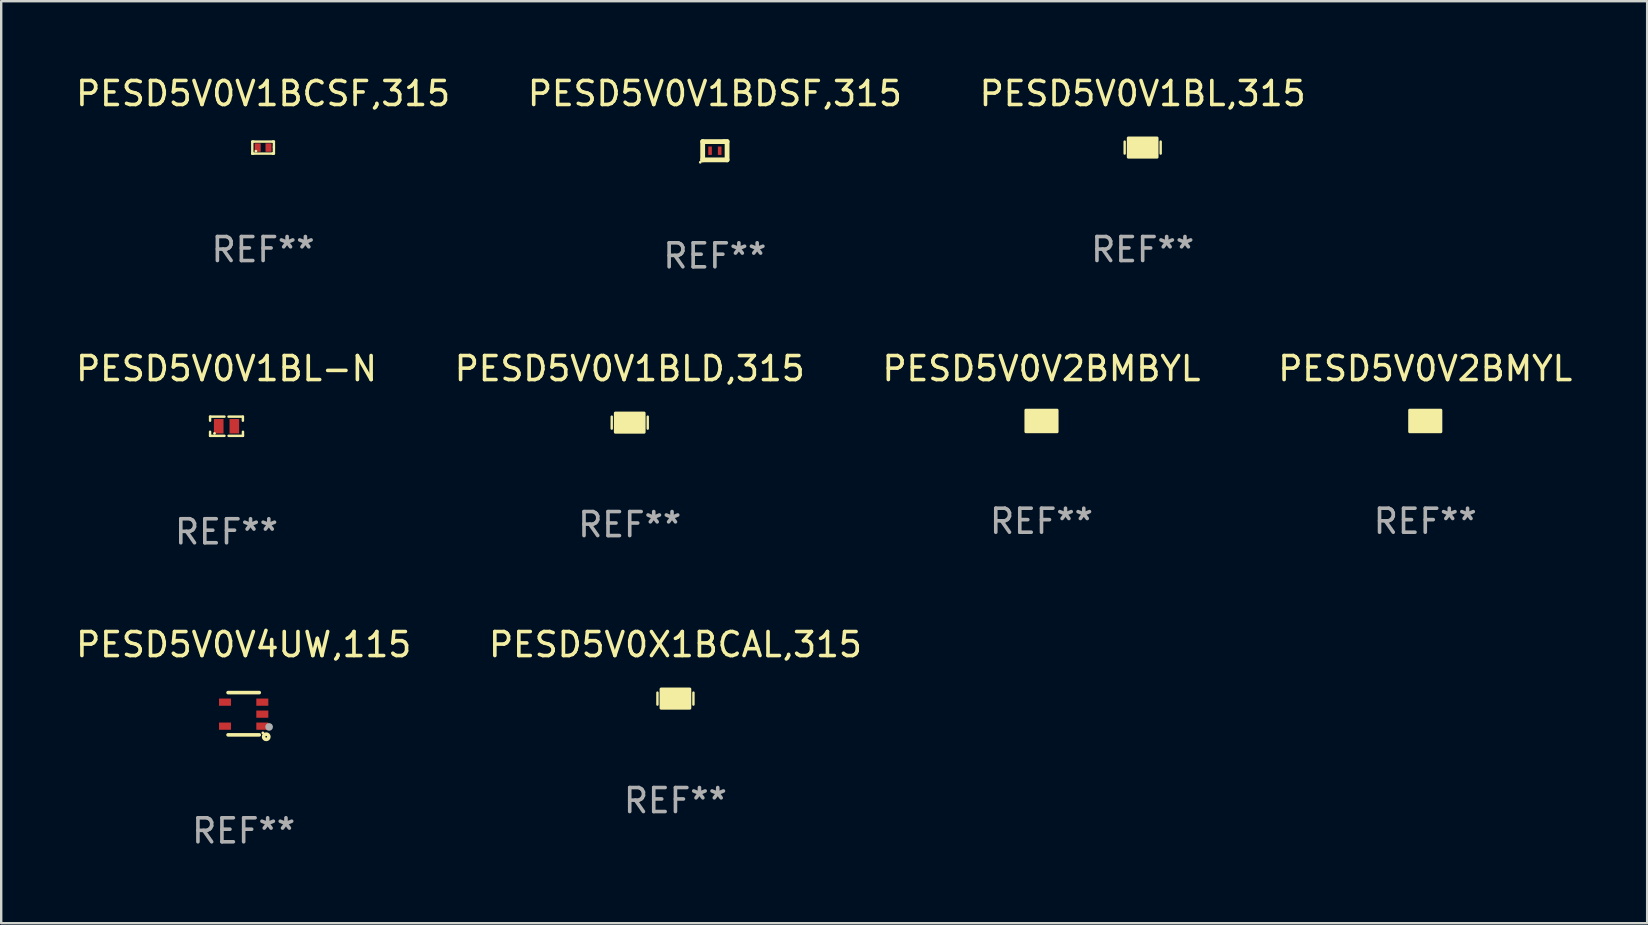
<source format=kicad_pcb>
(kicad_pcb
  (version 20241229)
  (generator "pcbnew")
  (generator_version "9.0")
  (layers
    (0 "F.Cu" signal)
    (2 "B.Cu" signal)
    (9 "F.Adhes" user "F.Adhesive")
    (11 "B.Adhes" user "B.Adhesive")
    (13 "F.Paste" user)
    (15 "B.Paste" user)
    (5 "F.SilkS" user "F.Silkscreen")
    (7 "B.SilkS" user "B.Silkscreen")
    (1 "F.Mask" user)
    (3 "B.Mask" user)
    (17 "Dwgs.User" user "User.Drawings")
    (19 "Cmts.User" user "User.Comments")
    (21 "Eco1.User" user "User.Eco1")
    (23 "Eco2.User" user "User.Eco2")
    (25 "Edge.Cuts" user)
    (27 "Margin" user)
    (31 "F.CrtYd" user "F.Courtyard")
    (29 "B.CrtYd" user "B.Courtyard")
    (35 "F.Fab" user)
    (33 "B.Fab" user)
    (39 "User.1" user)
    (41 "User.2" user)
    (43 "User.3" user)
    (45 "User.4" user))
  (footprint "PESD5V0V4UW,115"
    (layer "F.Cu")
    (at 7.101 26.684)
    (property "Reference" "PESD5V0V4UW,115" (at 0 -2.88 0) (layer "F.SilkS") (effects (font (size 1 1) (thickness 0.15))))
    (attr through_hole)
    (fp_line (start 0.65 -0.88) (end -0.65 -0.88) (stroke (width 0.15) (type solid)) (layer "F.SilkS"))
    (fp_line (start 0.65 0.88) (end -0.65 0.88) (stroke (width 0.15) (type solid)) (layer "F.SilkS"))
    (fp_circle (center 0.8 0.8) (end 0.83 0.8) (stroke (width 0.06) (type solid)) (fill no) (layer "F.SilkS"))
    (fp_circle (center 0.94 0.96) (end 1.05 0.96) (stroke (width 0.15) (type solid)) (fill no) (layer "F.SilkS"))
    (fp_circle (center 1.06 0.55) (end 1.14 0.55) (stroke (width 0.16) (type solid)) (fill no) (layer "F.Fab"))
    (fp_text user "REF**" (at 0 4.88 0) (layer "F.Fab") (effects (font (size 1 1) (thickness 0.15))))
    (pad "1" smd rect (at 0.777 0.518) (size 0.5 0.3) (layers "F.Cu" "F.Mask" "F.Paste"))
    (pad "2" smd rect (at 0.777 0.018) (size 0.5 0.3) (layers "F.Cu" "F.Mask" "F.Paste"))
    (pad "3" smd rect (at 0.777 -0.482) (size 0.5 0.3) (layers "F.Cu" "F.Mask" "F.Paste"))
    (pad "4" smd rect (at -0.777 -0.482) (size 0.5 0.3) (layers "F.Cu" "F.Mask" "F.Paste"))
    (pad "5" smd rect (at -0.777 0.518) (size 0.5 0.3) (layers "F.Cu" "F.Mask" "F.Paste")))
  (footprint "PESD5V0V1BL-N"
    (layer "F.Cu")
    (at 6.387 14.707)
    (property "Reference" "PESD5V0V1BL-N" (at 0 -2.4 0) (layer "F.SilkS") (effects (font (size 1 1) (thickness 0.15))))
    (attr through_hole)
    (fp_line (start -0.685 -0.4) (end -0.685 -0.23) (stroke (width 0.102) (type solid)) (layer "F.SilkS"))
    (fp_line (start -0.685 0.4) (end -0.685 0.23) (stroke (width 0.102) (type solid)) (layer "F.SilkS"))
    (fp_line (start -0.085 -0.4) (end -0.685 -0.4) (stroke (width 0.102) (type solid)) (layer "F.SilkS"))
    (fp_line (start -0.085 0.4) (end -0.685 0.4) (stroke (width 0.102) (type solid)) (layer "F.SilkS"))
    (fp_line (start 0.082 -0.4) (end 0.682 -0.4) (stroke (width 0.102) (type solid)) (layer "F.SilkS"))
    (fp_line (start 0.085 0.4) (end 0.685 0.4) (stroke (width 0.102) (type solid)) (layer "F.SilkS"))
    (fp_line (start 0.682 -0.4) (end 0.682 -0.23) (stroke (width 0.102) (type solid)) (layer "F.SilkS"))
    (fp_line (start 0.685 0.4) (end 0.685 0.23) (stroke (width 0.102) (type solid)) (layer "F.SilkS"))
    (fp_circle (center -0.5 0.3) (end -0.47 0.3) (stroke (width 0.06) (type solid)) (fill no) (layer "F.SilkS"))
    (fp_text user "REF**" (at 0 4.4 0) (layer "F.Fab") (effects (font (size 1 1) (thickness 0.15))))
    (pad "1" smd rect (at -0.325 0) (size 0.4 0.6) (layers "F.Cu" "F.Mask" "F.Paste"))
    (pad "2" smd rect (at 0.325 0) (size 0.4 0.6) (layers "F.Cu" "F.Mask" "F.Paste")))
  (footprint "PESD5V0V1BDSF,315"
    (layer "F.Cu")
    (at 26.732 3.229)
    (property "Reference" "PESD5V0V1BDSF,315" (at 0 -2.381 0) (layer "F.SilkS") (effects (font (size 1 1) (thickness 0.15))))
    (attr through_hole)
    (fp_line (start -0.508 -0.381) (end 0.381 -0.381) (stroke (width 0.2) (type solid)) (layer "F.SilkS"))
    (fp_line (start -0.508 0.381) (end -0.508 -0.381) (stroke (width 0.2) (type solid)) (layer "F.SilkS"))
    (fp_line (start 0.381 -0.381) (end 0.508 -0.381) (stroke (width 0.2) (type solid)) (layer "F.SilkS"))
    (fp_line (start 0.508 -0.381) (end 0.508 0.381) (stroke (width 0.2) (type solid)) (layer "F.SilkS"))
    (fp_line (start 0.508 0.381) (end -0.508 0.381) (stroke (width 0.2) (type solid)) (layer "F.SilkS"))
    (fp_circle (center -0.608 0.481) (end -0.578 0.481) (stroke (width 0.06) (type solid)) (fill no) (layer "F.SilkS"))
    (fp_text user "REF**" (at 0 4.381 0) (layer "F.Fab") (effects (font (size 1 1) (thickness 0.15))))
    (pad "1" smd rect (at -0.2 0) (size 0.15 0.35) (layers "F.Cu" "F.Mask" "F.Paste"))
    (pad "2" smd rect (at 0.2 0) (size 0.15 0.35) (layers "F.Cu" "F.Mask" "F.Paste")))
  (footprint "PESD5V0X1BCAL,315"
    (layer "F.Cu")
    (at 25.089 26.054)
    (property "Reference" "PESD5V0X1BCAL,315" (at 0 -2.25 0) (layer "F.SilkS") (effects (font (size 1 1) (thickness 0.15))))
    (attr through_hole)
    (fp_line (start -0.75 0.25) (end -0.75 -0.25) (stroke (width 0.1) (type solid)) (layer "F.SilkS"))
    (fp_line (start 0.75 -0.25) (end 0.75 0.25) (stroke (width 0.1) (type solid)) (layer "F.SilkS"))
    (fp_circle (center -0.5 0.3) (end -0.47 0.3) (stroke (width 0.06) (type solid)) (fill no) (layer "F.SilkS"))
    (fp_poly (pts (xy -0.6 -0.4) (xy 0.6 -0.4) (xy 0.6 0.4) (xy -0.6 0.4)) (stroke (width 0.12) (type solid)) (fill yes) (layer "F.SilkS"))
    (fp_text user "REF**" (at 0 4.25 0) (layer "F.Fab") (effects (font (size 1 1) (thickness 0.15))))
    (pad "1" smd rect (at -0.325 -0.000013) (size 0.3 0.6) (layers "F.Cu" "F.Mask" "F.Paste"))
    (pad "2" smd rect (at 0.325 -0.000013) (size 0.3 0.6) (layers "F.Cu" "F.Mask" "F.Paste")))
  (footprint "PESD5V0V1BCSF,315"
    (layer "F.Cu")
    (at 7.911 3.098)
    (property "Reference" "PESD5V0V1BCSF,315" (at 0 -2.25 0) (layer "F.SilkS") (effects (font (size 1 1) (thickness 0.15))))
    (attr through_hole)
    (fp_line (start -0.45 -0.25) (end -0.45 0.25) (stroke (width 0.1) (type solid)) (layer "F.SilkS"))
    (fp_line (start -0.45 0.25) (end -0.45 0.25) (stroke (width 0.1) (type solid)) (layer "F.SilkS"))
    (fp_line (start -0.4 -0.25) (end -0.45 -0.25) (stroke (width 0.1) (type solid)) (layer "F.SilkS"))
    (fp_line (start -0.4 -0.25) (end 0.4 -0.25) (stroke (width 0.1) (type solid)) (layer "F.SilkS"))
    (fp_line (start -0.4 0.25) (end -0.45 0.25) (stroke (width 0.1) (type solid)) (layer "F.SilkS"))
    (fp_line (start -0.4 0.25) (end 0.4 0.25) (stroke (width 0.1) (type solid)) (layer "F.SilkS"))
    (fp_line (start 0.4 -0.25) (end 0.45 -0.25) (stroke (width 0.1) (type solid)) (layer "F.SilkS"))
    (fp_line (start 0.4 0.25) (end 0.4 0.25) (stroke (width 0.1) (type solid)) (layer "F.SilkS"))
    (fp_line (start 0.45 -0.25) (end 0.45 -0.018) (stroke (width 0.1) (type solid)) (layer "F.SilkS"))
    (fp_line (start 0.45 -0.018) (end 0.45 0.25) (stroke (width 0.1) (type solid)) (layer "F.SilkS"))
    (fp_line (start 0.45 0.25) (end 0.4 0.25) (stroke (width 0.1) (type solid)) (layer "F.SilkS"))
    (fp_circle (center -0.3 0.15) (end -0.27 0.15) (stroke (width 0.06) (type solid)) (fill no) (layer "F.SilkS"))
    (fp_text user "REF**" (at 0 4.25 0) (layer "F.Fab") (effects (font (size 1 1) (thickness 0.15))))
    (pad "1" smd rect (at -0.225 0) (size 0.25 0.35) (layers "F.Cu" "F.Mask" "F.Paste"))
    (pad "2" smd rect (at 0.225 0) (size 0.25 0.35) (layers "F.Cu" "F.Mask" "F.Paste")))
  (footprint "PESD5V0V2BMBYL"
    (layer "F.Cu")
    (at 40.339 14.487)
    (property "Reference" "PESD5V0V2BMBYL" (at 0 -2.18 0) (layer "F.SilkS") (effects (font (size 1 1) (thickness 0.15))))
    (attr through_hole)
    (fp_circle (center 0.513 0.311) (end 0.543 0.311) (stroke (width 0.06) (type solid)) (fill no) (layer "F.SilkS"))
    (fp_poly (pts (xy -0.65 -0.45) (xy 0.65 -0.45) (xy 0.65 0.45) (xy -0.65 0.45)) (stroke (width 0.12) (type solid)) (fill yes) (layer "F.SilkS"))
    (fp_text user "REF**" (at 0 4.18 0) (layer "F.Fab") (effects (font (size 1 1) (thickness 0.15))))
    (pad "1" smd custom (at 0.35 0.18) (size 0.26 0.16) (layers "F.Cu" "F.Mask" "F.Paste") (options (anchor circle)) (primitives (gr_poly (pts (xy 0.13 0.08) (xy -0.13 0.08) (xy -0.13 -0.08) (xy 0.13 -0.08)) (width 0) (fill yes))))
    (pad "2" smd custom (at 0.35 -0.18) (size 0.26 0.16) (layers "F.Cu" "F.Mask" "F.Paste") (options (anchor circle)) (primitives (gr_poly (pts (xy 0.13 0.08) (xy -0.13 0.08) (xy -0.13 -0.08) (xy 0.13 -0.08)) (width 0) (fill yes))))
    (pad "3" smd custom (at -0.35 -0.005) (size 0.26 0.51) (layers "F.Cu" "F.Mask" "F.Paste") (options (anchor circle)) (primitives (gr_poly (pts (xy 0.13 0.255) (xy -0.13 0.255) (xy -0.13 -0.255) (xy 0.13 -0.255)) (width 0) (fill yes)))))
  (footprint "PESD5V0V2BMYL"
    (layer "F.Cu")
    (at 56.327 14.487)
    (property "Reference" "PESD5V0V2BMYL" (at 0 -2.18 0) (layer "F.SilkS") (effects (font (size 1 1) (thickness 0.15))))
    (attr through_hole)
    (fp_circle (center 0.513 0.311) (end 0.543 0.311) (stroke (width 0.06) (type solid)) (fill no) (layer "F.SilkS"))
    (fp_poly (pts (xy -0.65 -0.45) (xy 0.65 -0.45) (xy 0.65 0.45) (xy -0.65 0.45)) (stroke (width 0.12) (type solid)) (fill yes) (layer "F.SilkS"))
    (fp_text user "REF**" (at 0 4.18 0) (layer "F.Fab") (effects (font (size 1 1) (thickness 0.15))))
    (pad "1" smd custom (at 0.35 0.18) (size 0.26 0.16) (layers "F.Cu" "F.Mask" "F.Paste") (options (anchor circle)) (primitives (gr_poly (pts (xy 0.13 0.08) (xy -0.13 0.08) (xy -0.13 -0.08) (xy 0.13 -0.08)) (width 0) (fill yes))))
    (pad "2" smd custom (at 0.35 -0.18) (size 0.26 0.16) (layers "F.Cu" "F.Mask" "F.Paste") (options (anchor circle)) (primitives (gr_poly (pts (xy 0.13 0.08) (xy -0.13 0.08) (xy -0.13 -0.08) (xy 0.13 -0.08)) (width 0) (fill yes))))
    (pad "3" smd custom (at -0.35 -0.005) (size 0.26 0.51) (layers "F.Cu" "F.Mask" "F.Paste") (options (anchor circle)) (primitives (gr_poly (pts (xy 0.13 0.255) (xy -0.13 0.255) (xy -0.13 -0.255) (xy 0.13 -0.255)) (width 0) (fill yes)))))
  (footprint "PESD5V0V1BLD,315"
    (layer "F.Cu")
    (at 23.185 14.557)
    (property "Reference" "PESD5V0V1BLD,315" (at 0 -2.25 0) (layer "F.SilkS") (effects (font (size 1 1) (thickness 0.15))))
    (attr through_hole)
    (fp_line (start -0.75 0.25) (end -0.75 -0.25) (stroke (width 0.1) (type solid)) (layer "F.SilkS"))
    (fp_line (start 0.75 -0.25) (end 0.75 0.25) (stroke (width 0.1) (type solid)) (layer "F.SilkS"))
    (fp_circle (center -0.5 0.3) (end -0.47 0.3) (stroke (width 0.06) (type solid)) (fill no) (layer "F.SilkS"))
    (fp_poly (pts (xy -0.6 -0.4) (xy 0.6 -0.4) (xy 0.6 0.4) (xy -0.6 0.4)) (stroke (width 0.12) (type solid)) (fill yes) (layer "F.SilkS"))
    (fp_text user "REF**" (at 0 4.25 0) (layer "F.Fab") (effects (font (size 1 1) (thickness 0.15))))
    (pad "1" smd rect (at -0.325 -0.000013) (size 0.3 0.6) (layers "F.Cu" "F.Mask" "F.Paste"))
    (pad "2" smd rect (at 0.325 -0.000013) (size 0.3 0.6) (layers "F.Cu" "F.Mask" "F.Paste")))
  (footprint "PESD5V0V1BL,315"
    (layer "F.Cu")
    (at 44.554 3.098)
    (property "Reference" "PESD5V0V1BL,315" (at 0 -2.25 0) (layer "F.SilkS") (effects (font (size 1 1) (thickness 0.15))))
    (attr through_hole)
    (fp_line (start -0.75 0.25) (end -0.75 -0.25) (stroke (width 0.1) (type solid)) (layer "F.SilkS"))
    (fp_line (start 0.75 -0.25) (end 0.75 0.25) (stroke (width 0.1) (type solid)) (layer "F.SilkS"))
    (fp_circle (center -0.5 0.3) (end -0.47 0.3) (stroke (width 0.06) (type solid)) (fill no) (layer "F.SilkS"))
    (fp_poly (pts (xy -0.6 -0.4) (xy 0.6 -0.4) (xy 0.6 0.4) (xy -0.6 0.4)) (stroke (width 0.12) (type solid)) (fill yes) (layer "F.SilkS"))
    (fp_text user "REF**" (at 0 4.25 0) (layer "F.Fab") (effects (font (size 1 1) (thickness 0.15))))
    (pad "1" smd rect (at -0.325 -0.000013) (size 0.3 0.6) (layers "F.Cu" "F.Mask" "F.Paste"))
    (pad "2" smd rect (at 0.325 -0.000013) (size 0.3 0.6) (layers "F.Cu" "F.Mask" "F.Paste")))
  (gr_rect
    (start -3 -3)
    (end 65.571 35.412)
    (stroke (width 0.1) (type default))
    (fill no)
    (layer "Edge.Cuts")))
</source>
